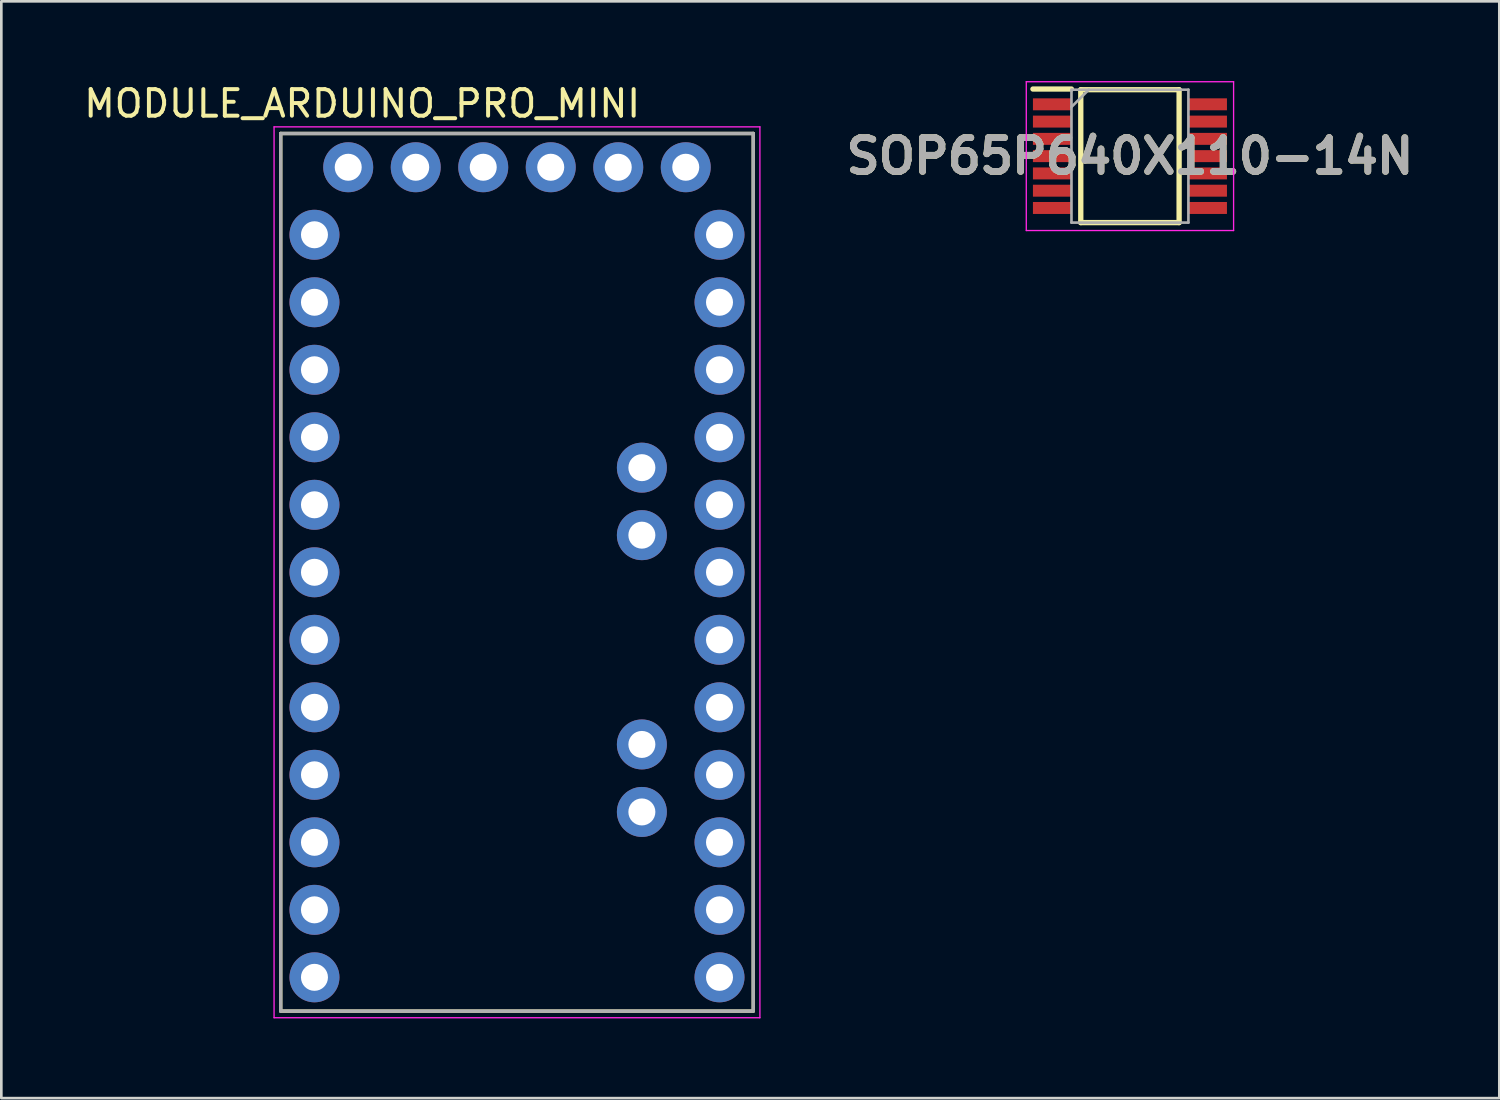
<source format=kicad_pcb>
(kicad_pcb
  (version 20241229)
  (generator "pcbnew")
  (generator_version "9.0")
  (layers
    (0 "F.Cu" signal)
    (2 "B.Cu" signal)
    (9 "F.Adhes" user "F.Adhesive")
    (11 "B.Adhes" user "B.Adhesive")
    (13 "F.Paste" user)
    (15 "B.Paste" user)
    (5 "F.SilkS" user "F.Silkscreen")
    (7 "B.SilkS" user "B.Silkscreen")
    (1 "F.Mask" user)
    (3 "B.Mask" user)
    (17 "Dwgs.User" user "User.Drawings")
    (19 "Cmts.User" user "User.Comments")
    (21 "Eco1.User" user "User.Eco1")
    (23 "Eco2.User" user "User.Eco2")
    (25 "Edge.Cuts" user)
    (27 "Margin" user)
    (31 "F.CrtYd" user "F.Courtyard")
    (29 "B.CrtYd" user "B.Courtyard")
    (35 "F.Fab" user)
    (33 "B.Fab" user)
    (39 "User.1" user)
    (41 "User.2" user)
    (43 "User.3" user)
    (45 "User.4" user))
  (footprint "SOP65P640X110-14N"
    (layer "F.Cu")
    (at 39.465 2.825)
    (property "Reference" "SOP65P640X110-14N" (at 0 0 0) (layer "F.SilkS") (effects (font (size 1.27 1.27) (thickness 0.254))))
    (attr smd)
    (fp_line (start -3.65 -2.525) (end -2.2 -2.525) (stroke (width 0.2) (type solid)) (layer "F.SilkS"))
    (fp_line (start -1.85 -2.5) (end 1.85 -2.5) (stroke (width 0.2) (type solid)) (layer "F.SilkS"))
    (fp_line (start -1.85 2.5) (end -1.85 -2.5) (stroke (width 0.2) (type solid)) (layer "F.SilkS"))
    (fp_line (start 1.85 -2.5) (end 1.85 2.5) (stroke (width 0.2) (type solid)) (layer "F.SilkS"))
    (fp_line (start 1.85 2.5) (end -1.85 2.5) (stroke (width 0.2) (type solid)) (layer "F.SilkS"))
    (fp_line (start -3.9 -2.8) (end 3.9 -2.8) (stroke (width 0.05) (type solid)) (layer "F.CrtYd"))
    (fp_line (start -3.9 2.8) (end -3.9 -2.8) (stroke (width 0.05) (type solid)) (layer "F.CrtYd"))
    (fp_line (start 3.9 -2.8) (end 3.9 2.8) (stroke (width 0.05) (type solid)) (layer "F.CrtYd"))
    (fp_line (start 3.9 2.8) (end -3.9 2.8) (stroke (width 0.05) (type solid)) (layer "F.CrtYd"))
    (fp_line (start -2.2 -2.5) (end 2.2 -2.5) (stroke (width 0.1) (type solid)) (layer "F.Fab"))
    (fp_line (start -2.2 -1.85) (end -1.55 -2.5) (stroke (width 0.1) (type solid)) (layer "F.Fab"))
    (fp_line (start -2.2 2.5) (end -2.2 -2.5) (stroke (width 0.1) (type solid)) (layer "F.Fab"))
    (fp_line (start 2.2 -2.5) (end 2.2 2.5) (stroke (width 0.1) (type solid)) (layer "F.Fab"))
    (fp_line (start 2.2 2.5) (end -2.2 2.5) (stroke (width 0.1) (type solid)) (layer "F.Fab"))
    (fp_text user "${REFERENCE}" (at 0 0 0) (layer "F.Fab") (effects (font (size 1.27 1.27) (thickness 0.254))))
    (pad "1" smd rect (at -2.925 -1.95 90) (size 0.45 1.45) (layers "F.Cu" "F.Mask" "F.Paste"))
    (pad "2" smd rect (at -2.925 -1.3 90) (size 0.45 1.45) (layers "F.Cu" "F.Mask" "F.Paste"))
    (pad "3" smd rect (at -2.925 -0.65 90) (size 0.45 1.45) (layers "F.Cu" "F.Mask" "F.Paste"))
    (pad "4" smd rect (at -2.925 0 90) (size 0.45 1.45) (layers "F.Cu" "F.Mask" "F.Paste"))
    (pad "5" smd rect (at -2.925 0.65 90) (size 0.45 1.45) (layers "F.Cu" "F.Mask" "F.Paste"))
    (pad "6" smd rect (at -2.925 1.3 90) (size 0.45 1.45) (layers "F.Cu" "F.Mask" "F.Paste"))
    (pad "7" smd rect (at -2.925 1.95 90) (size 0.45 1.45) (layers "F.Cu" "F.Mask" "F.Paste"))
    (pad "8" smd rect (at 2.925 1.95 90) (size 0.45 1.45) (layers "F.Cu" "F.Mask" "F.Paste"))
    (pad "9" smd rect (at 2.925 1.3 90) (size 0.45 1.45) (layers "F.Cu" "F.Mask" "F.Paste"))
    (pad "10" smd rect (at 2.925 0.65 90) (size 0.45 1.45) (layers "F.Cu" "F.Mask" "F.Paste"))
    (pad "11" smd rect (at 2.925 0 90) (size 0.45 1.45) (layers "F.Cu" "F.Mask" "F.Paste"))
    (pad "12" smd rect (at 2.925 -0.65 90) (size 0.45 1.45) (layers "F.Cu" "F.Mask" "F.Paste"))
    (pad "13" smd rect (at 2.925 -1.3 90) (size 0.45 1.45) (layers "F.Cu" "F.Mask" "F.Paste"))
    (pad "14" smd rect (at 2.925 -1.95 90) (size 0.45 1.45) (layers "F.Cu" "F.Mask" "F.Paste")))
  (footprint "MODULE_ARDUINO_PRO_MINI"
    (layer "F.Cu")
    (at 16.402 18.483)
    (property "Reference" "MODULE_ARDUINO_PRO_MINI" (at -5.825 -17.635 0) (layer "F.SilkS") (effects (font (size 1 1) (thickness 0.15))))
    (attr through_hole)
    (fp_line (start -8.89 -16.51) (end -8.89 16.51) (stroke (width 0.127) (type solid)) (layer "F.SilkS"))
    (fp_line (start -8.89 16.51) (end 8.89 16.51) (stroke (width 0.127) (type solid)) (layer "F.SilkS"))
    (fp_line (start 8.89 -16.51) (end -8.89 -16.51) (stroke (width 0.127) (type solid)) (layer "F.SilkS"))
    (fp_line (start 8.89 16.51) (end 8.89 -16.51) (stroke (width 0.127) (type solid)) (layer "F.SilkS"))
    (fp_line (start -9.14 -16.76) (end 9.14 -16.76) (stroke (width 0.05) (type solid)) (layer "F.CrtYd"))
    (fp_line (start -9.14 16.76) (end -9.14 -16.76) (stroke (width 0.05) (type solid)) (layer "F.CrtYd"))
    (fp_line (start 9.14 -16.76) (end 9.14 16.76) (stroke (width 0.05) (type solid)) (layer "F.CrtYd"))
    (fp_line (start 9.14 16.76) (end -9.14 16.76) (stroke (width 0.05) (type solid)) (layer "F.CrtYd"))
    (fp_line (start -8.89 -16.51) (end -8.89 16.51) (stroke (width 0.127) (type solid)) (layer "F.Fab"))
    (fp_line (start -8.89 16.51) (end 8.89 16.51) (stroke (width 0.127) (type solid)) (layer "F.Fab"))
    (fp_line (start 8.89 -16.51) (end -8.89 -16.51) (stroke (width 0.127) (type solid)) (layer "F.Fab"))
    (fp_line (start 8.89 16.51) (end 8.89 -16.51) (stroke (width 0.127) (type solid)) (layer "F.Fab"))
    (pad "1" thru_hole circle (at -7.62 -12.7) (size 1.88 1.88) (drill 1.016) (layers "*.Cu" "*.Mask"))
    (pad "2" thru_hole circle (at -7.62 -10.16) (size 1.88 1.88) (drill 1.016) (layers "*.Cu" "*.Mask"))
    (pad "3" thru_hole circle (at -7.62 -7.62) (size 1.88 1.88) (drill 1.016) (layers "*.Cu" "*.Mask"))
    (pad "4" thru_hole circle (at -7.62 -5.08) (size 1.88 1.88) (drill 1.016) (layers "*.Cu" "*.Mask"))
    (pad "5" thru_hole circle (at -7.62 -2.54) (size 1.88 1.88) (drill 1.016) (layers "*.Cu" "*.Mask"))
    (pad "6" thru_hole circle (at -7.62 0) (size 1.88 1.88) (drill 1.016) (layers "*.Cu" "*.Mask"))
    (pad "7" thru_hole circle (at -7.62 2.54) (size 1.88 1.88) (drill 1.016) (layers "*.Cu" "*.Mask"))
    (pad "8" thru_hole circle (at -7.62 5.08) (size 1.88 1.88) (drill 1.016) (layers "*.Cu" "*.Mask"))
    (pad "9" thru_hole circle (at -7.62 7.62) (size 1.88 1.88) (drill 1.016) (layers "*.Cu" "*.Mask"))
    (pad "10" thru_hole circle (at -7.62 10.16) (size 1.88 1.88) (drill 1.016) (layers "*.Cu" "*.Mask"))
    (pad "11" thru_hole circle (at -7.62 12.7) (size 1.88 1.88) (drill 1.016) (layers "*.Cu" "*.Mask"))
    (pad "12" thru_hole circle (at -7.62 15.24) (size 1.88 1.88) (drill 1.016) (layers "*.Cu" "*.Mask"))
    (pad "13" thru_hole circle (at 7.62 15.24) (size 1.88 1.88) (drill 1.016) (layers "*.Cu" "*.Mask"))
    (pad "14" thru_hole circle (at 7.62 12.7) (size 1.88 1.88) (drill 1.016) (layers "*.Cu" "*.Mask"))
    (pad "15" thru_hole circle (at 7.62 10.16) (size 1.88 1.88) (drill 1.016) (layers "*.Cu" "*.Mask"))
    (pad "16" thru_hole circle (at 7.62 7.62) (size 1.88 1.88) (drill 1.016) (layers "*.Cu" "*.Mask"))
    (pad "17" thru_hole circle (at 7.62 5.08) (size 1.88 1.88) (drill 1.016) (layers "*.Cu" "*.Mask"))
    (pad "18" thru_hole circle (at 7.62 2.54) (size 1.88 1.88) (drill 1.016) (layers "*.Cu" "*.Mask"))
    (pad "19" thru_hole circle (at 7.62 0) (size 1.88 1.88) (drill 1.016) (layers "*.Cu" "*.Mask"))
    (pad "20" thru_hole circle (at 7.62 -2.54) (size 1.88 1.88) (drill 1.016) (layers "*.Cu" "*.Mask"))
    (pad "21" thru_hole circle (at 7.62 -5.08) (size 1.88 1.88) (drill 1.016) (layers "*.Cu" "*.Mask"))
    (pad "22" thru_hole circle (at 7.62 -7.62) (size 1.88 1.88) (drill 1.016) (layers "*.Cu" "*.Mask"))
    (pad "23" thru_hole circle (at 7.62 -10.16) (size 1.88 1.88) (drill 1.016) (layers "*.Cu" "*.Mask"))
    (pad "24" thru_hole circle (at 7.62 -12.7) (size 1.88 1.88) (drill 1.016) (layers "*.Cu" "*.Mask"))
    (pad "25" thru_hole circle (at 6.35 -15.24) (size 1.88 1.88) (drill 1.016) (layers "*.Cu" "*.Mask"))
    (pad "26" thru_hole circle (at 3.81 -15.24) (size 1.88 1.88) (drill 1.016) (layers "*.Cu" "*.Mask"))
    (pad "27" thru_hole circle (at 1.27 -15.24) (size 1.88 1.88) (drill 1.016) (layers "*.Cu" "*.Mask"))
    (pad "28" thru_hole circle (at -1.27 -15.24) (size 1.88 1.88) (drill 1.016) (layers "*.Cu" "*.Mask"))
    (pad "29" thru_hole circle (at -3.81 -15.24) (size 1.88 1.88) (drill 1.016) (layers "*.Cu" "*.Mask"))
    (pad "30" thru_hole circle (at -6.35 -15.24) (size 1.88 1.88) (drill 1.016) (layers "*.Cu" "*.Mask"))
    (pad "31" thru_hole circle (at 4.699 -3.937) (size 1.88 1.88) (drill 1.016) (layers "*.Cu" "*.Mask"))
    (pad "32" thru_hole circle (at 4.699 -1.397) (size 1.88 1.88) (drill 1.016) (layers "*.Cu" "*.Mask"))
    (pad "33" thru_hole circle (at 4.699 6.477) (size 1.88 1.88) (drill 1.016) (layers "*.Cu" "*.Mask"))
    (pad "34" thru_hole circle (at 4.699 9.017) (size 1.88 1.88) (drill 1.016) (layers "*.Cu" "*.Mask")))
  (gr_rect
    (start -3 -3)
    (end 53.363 38.268)
    (stroke (width 0.1) (type default))
    (fill no)
    (layer "Edge.Cuts")))
</source>
